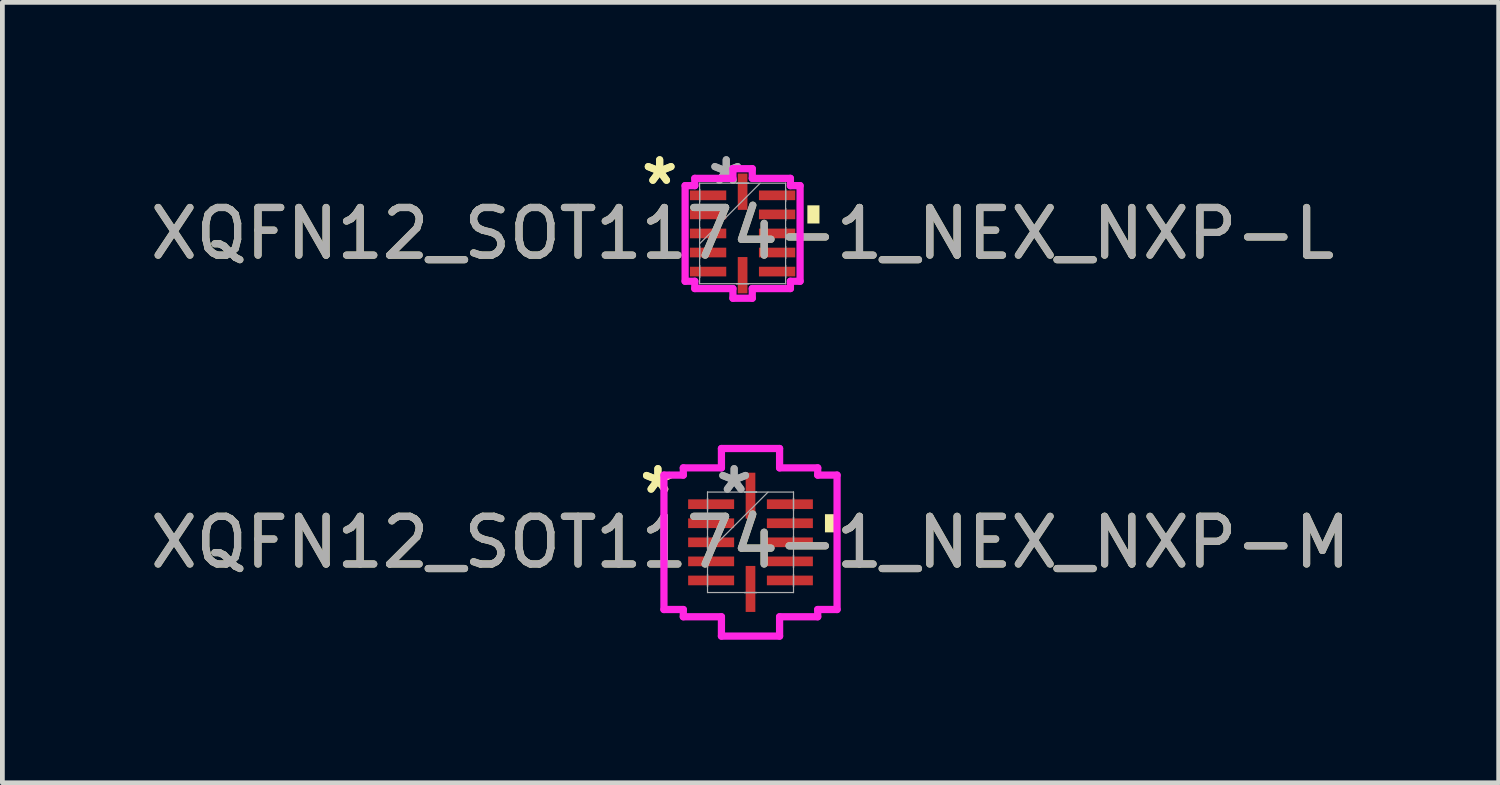
<source format=kicad_pcb>
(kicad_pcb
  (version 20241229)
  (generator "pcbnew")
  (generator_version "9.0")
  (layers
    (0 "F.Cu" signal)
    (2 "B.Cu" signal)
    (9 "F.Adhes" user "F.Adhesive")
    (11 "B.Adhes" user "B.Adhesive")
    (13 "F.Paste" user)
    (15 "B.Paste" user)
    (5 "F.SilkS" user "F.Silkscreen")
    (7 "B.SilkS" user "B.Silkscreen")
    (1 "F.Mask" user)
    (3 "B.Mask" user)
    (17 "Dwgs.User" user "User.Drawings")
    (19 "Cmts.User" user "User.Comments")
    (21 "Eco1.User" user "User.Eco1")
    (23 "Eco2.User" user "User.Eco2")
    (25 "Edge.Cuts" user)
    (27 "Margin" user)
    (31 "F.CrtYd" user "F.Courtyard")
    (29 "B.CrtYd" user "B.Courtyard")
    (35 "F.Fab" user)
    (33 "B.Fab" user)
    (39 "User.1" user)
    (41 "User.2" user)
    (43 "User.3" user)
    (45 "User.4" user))
  (footprint "XQFN12_SOT1174-1_NEX_NXP-L"
    (layer "F.Cu")
    (at 12.53 1.848)
    (property "Reference" "XQFN12_SOT1174-1_NEX_NXP-L" (at 0 0 0) (unlocked yes) (layer "F.SilkS") (effects (font (size 1 1) (thickness 0.15))))
    (attr smd)
    (fp_poly (pts (xy 1.613 -0.59) (xy 1.613 -0.209) (xy 1.359 -0.209) (xy 1.359 -0.59)) (stroke (width 0) (type solid)) (fill yes) (layer "F.SilkS"))
    (fp_line (start -1.206 -1.003) (end -1.003 -1.003) (stroke (width 0.152) (type solid)) (layer "F.CrtYd"))
    (fp_line (start -1.206 1.003) (end -1.206 -1.003) (stroke (width 0.152) (type solid)) (layer "F.CrtYd"))
    (fp_line (start -1.003 -1.156) (end -0.203 -1.156) (stroke (width 0.152) (type solid)) (layer "F.CrtYd"))
    (fp_line (start -1.003 -1.003) (end -1.003 -1.156) (stroke (width 0.152) (type solid)) (layer "F.CrtYd"))
    (fp_line (start -1.003 1.003) (end -1.206 1.003) (stroke (width 0.152) (type solid)) (layer "F.CrtYd"))
    (fp_line (start -1.003 1.156) (end -1.003 1.003) (stroke (width 0.152) (type solid)) (layer "F.CrtYd"))
    (fp_line (start -0.203 -1.359) (end 0.203 -1.359) (stroke (width 0.152) (type solid)) (layer "F.CrtYd"))
    (fp_line (start -0.203 -1.156) (end -0.203 -1.359) (stroke (width 0.152) (type solid)) (layer "F.CrtYd"))
    (fp_line (start -0.203 1.156) (end -1.003 1.156) (stroke (width 0.152) (type solid)) (layer "F.CrtYd"))
    (fp_line (start -0.203 1.359) (end -0.203 1.156) (stroke (width 0.152) (type solid)) (layer "F.CrtYd"))
    (fp_line (start 0.203 -1.359) (end 0.203 -1.156) (stroke (width 0.152) (type solid)) (layer "F.CrtYd"))
    (fp_line (start 0.203 -1.156) (end 1.003 -1.156) (stroke (width 0.152) (type solid)) (layer "F.CrtYd"))
    (fp_line (start 0.203 1.156) (end 0.203 1.359) (stroke (width 0.152) (type solid)) (layer "F.CrtYd"))
    (fp_line (start 0.203 1.359) (end -0.203 1.359) (stroke (width 0.152) (type solid)) (layer "F.CrtYd"))
    (fp_line (start 1.003 -1.156) (end 1.003 -1.003) (stroke (width 0.152) (type solid)) (layer "F.CrtYd"))
    (fp_line (start 1.003 -1.003) (end 1.206 -1.003) (stroke (width 0.152) (type solid)) (layer "F.CrtYd"))
    (fp_line (start 1.003 1.003) (end 1.003 1.156) (stroke (width 0.152) (type solid)) (layer "F.CrtYd"))
    (fp_line (start 1.003 1.156) (end 0.203 1.156) (stroke (width 0.152) (type solid)) (layer "F.CrtYd"))
    (fp_line (start 1.206 -1.003) (end 1.206 1.003) (stroke (width 0.152) (type solid)) (layer "F.CrtYd"))
    (fp_line (start 1.206 1.003) (end 1.003 1.003) (stroke (width 0.152) (type solid)) (layer "F.CrtYd"))
    (fp_line (start -0.902 -1.054) (end -0.902 -1.054) (stroke (width 0.025) (type solid)) (layer "F.Fab"))
    (fp_line (start -0.902 -1.054) (end -0.902 1.054) (stroke (width 0.025) (type solid)) (layer "F.Fab"))
    (fp_line (start -0.902 -0.927) (end -0.902 -0.927) (stroke (width 0.025) (type solid)) (layer "F.Fab"))
    (fp_line (start -0.902 -0.927) (end -0.902 -0.673) (stroke (width 0.025) (type solid)) (layer "F.Fab"))
    (fp_line (start -0.902 -0.673) (end -0.902 -0.927) (stroke (width 0.025) (type solid)) (layer "F.Fab"))
    (fp_line (start -0.902 -0.673) (end -0.902 -0.673) (stroke (width 0.025) (type solid)) (layer "F.Fab"))
    (fp_line (start -0.902 -0.527) (end -0.902 -0.527) (stroke (width 0.025) (type solid)) (layer "F.Fab"))
    (fp_line (start -0.902 -0.527) (end -0.902 -0.273) (stroke (width 0.025) (type solid)) (layer "F.Fab"))
    (fp_line (start -0.902 -0.273) (end -0.902 -0.527) (stroke (width 0.025) (type solid)) (layer "F.Fab"))
    (fp_line (start -0.902 -0.273) (end -0.902 -0.273) (stroke (width 0.025) (type solid)) (layer "F.Fab"))
    (fp_line (start -0.902 -0.127) (end -0.902 -0.127) (stroke (width 0.025) (type solid)) (layer "F.Fab"))
    (fp_line (start -0.902 -0.127) (end -0.902 0.127) (stroke (width 0.025) (type solid)) (layer "F.Fab"))
    (fp_line (start -0.902 0.127) (end -0.902 -0.127) (stroke (width 0.025) (type solid)) (layer "F.Fab"))
    (fp_line (start -0.902 0.127) (end -0.902 0.127) (stroke (width 0.025) (type solid)) (layer "F.Fab"))
    (fp_line (start -0.902 0.216) (end 0.368 -1.054) (stroke (width 0.025) (type solid)) (layer "F.Fab"))
    (fp_line (start -0.902 0.273) (end -0.902 0.273) (stroke (width 0.025) (type solid)) (layer "F.Fab"))
    (fp_line (start -0.902 0.273) (end -0.902 0.527) (stroke (width 0.025) (type solid)) (layer "F.Fab"))
    (fp_line (start -0.902 0.527) (end -0.902 0.273) (stroke (width 0.025) (type solid)) (layer "F.Fab"))
    (fp_line (start -0.902 0.527) (end -0.902 0.527) (stroke (width 0.025) (type solid)) (layer "F.Fab"))
    (fp_line (start -0.902 0.673) (end -0.902 0.673) (stroke (width 0.025) (type solid)) (layer "F.Fab"))
    (fp_line (start -0.902 0.673) (end -0.902 0.927) (stroke (width 0.025) (type solid)) (layer "F.Fab"))
    (fp_line (start -0.902 0.927) (end -0.902 0.673) (stroke (width 0.025) (type solid)) (layer "F.Fab"))
    (fp_line (start -0.902 0.927) (end -0.902 0.927) (stroke (width 0.025) (type solid)) (layer "F.Fab"))
    (fp_line (start -0.902 1.054) (end -0.902 1.054) (stroke (width 0.025) (type solid)) (layer "F.Fab"))
    (fp_line (start -0.902 1.054) (end 0.902 1.054) (stroke (width 0.025) (type solid)) (layer "F.Fab"))
    (fp_line (start -0.127 -1.054) (end -0.127 -1.054) (stroke (width 0.025) (type solid)) (layer "F.Fab"))
    (fp_line (start -0.127 -1.054) (end 0.127 -1.054) (stroke (width 0.025) (type solid)) (layer "F.Fab"))
    (fp_line (start -0.127 1.054) (end -0.127 1.054) (stroke (width 0.025) (type solid)) (layer "F.Fab"))
    (fp_line (start -0.127 1.054) (end 0.127 1.054) (stroke (width 0.025) (type solid)) (layer "F.Fab"))
    (fp_line (start 0.127 -1.054) (end -0.127 -1.054) (stroke (width 0.025) (type solid)) (layer "F.Fab"))
    (fp_line (start 0.127 -1.054) (end 0.127 -1.054) (stroke (width 0.025) (type solid)) (layer "F.Fab"))
    (fp_line (start 0.127 1.054) (end -0.127 1.054) (stroke (width 0.025) (type solid)) (layer "F.Fab"))
    (fp_line (start 0.127 1.054) (end 0.127 1.054) (stroke (width 0.025) (type solid)) (layer "F.Fab"))
    (fp_line (start 0.902 -1.054) (end -0.902 -1.054) (stroke (width 0.025) (type solid)) (layer "F.Fab"))
    (fp_line (start 0.902 -1.054) (end 0.902 -1.054) (stroke (width 0.025) (type solid)) (layer "F.Fab"))
    (fp_line (start 0.902 -0.927) (end 0.902 -0.927) (stroke (width 0.025) (type solid)) (layer "F.Fab"))
    (fp_line (start 0.902 -0.927) (end 0.902 -0.673) (stroke (width 0.025) (type solid)) (layer "F.Fab"))
    (fp_line (start 0.902 -0.673) (end 0.902 -0.927) (stroke (width 0.025) (type solid)) (layer "F.Fab"))
    (fp_line (start 0.902 -0.673) (end 0.902 -0.673) (stroke (width 0.025) (type solid)) (layer "F.Fab"))
    (fp_line (start 0.902 -0.527) (end 0.902 -0.527) (stroke (width 0.025) (type solid)) (layer "F.Fab"))
    (fp_line (start 0.902 -0.527) (end 0.902 -0.273) (stroke (width 0.025) (type solid)) (layer "F.Fab"))
    (fp_line (start 0.902 -0.273) (end 0.902 -0.527) (stroke (width 0.025) (type solid)) (layer "F.Fab"))
    (fp_line (start 0.902 -0.273) (end 0.902 -0.273) (stroke (width 0.025) (type solid)) (layer "F.Fab"))
    (fp_line (start 0.902 -0.127) (end 0.902 -0.127) (stroke (width 0.025) (type solid)) (layer "F.Fab"))
    (fp_line (start 0.902 -0.127) (end 0.902 0.127) (stroke (width 0.025) (type solid)) (layer "F.Fab"))
    (fp_line (start 0.902 0.127) (end 0.902 -0.127) (stroke (width 0.025) (type solid)) (layer "F.Fab"))
    (fp_line (start 0.902 0.127) (end 0.902 0.127) (stroke (width 0.025) (type solid)) (layer "F.Fab"))
    (fp_line (start 0.902 0.273) (end 0.902 0.273) (stroke (width 0.025) (type solid)) (layer "F.Fab"))
    (fp_line (start 0.902 0.273) (end 0.902 0.527) (stroke (width 0.025) (type solid)) (layer "F.Fab"))
    (fp_line (start 0.902 0.527) (end 0.902 0.273) (stroke (width 0.025) (type solid)) (layer "F.Fab"))
    (fp_line (start 0.902 0.527) (end 0.902 0.527) (stroke (width 0.025) (type solid)) (layer "F.Fab"))
    (fp_line (start 0.902 0.673) (end 0.902 0.673) (stroke (width 0.025) (type solid)) (layer "F.Fab"))
    (fp_line (start 0.902 0.673) (end 0.902 0.927) (stroke (width 0.025) (type solid)) (layer "F.Fab"))
    (fp_line (start 0.902 0.927) (end 0.902 0.673) (stroke (width 0.025) (type solid)) (layer "F.Fab"))
    (fp_line (start 0.902 0.927) (end 0.902 0.927) (stroke (width 0.025) (type solid)) (layer "F.Fab"))
    (fp_line (start 0.902 1.054) (end 0.902 -1.054) (stroke (width 0.025) (type solid)) (layer "F.Fab"))
    (fp_line (start 0.902 1.054) (end 0.902 1.054) (stroke (width 0.025) (type solid)) (layer "F.Fab"))
    (fp_text user "*" (at -1.74 -1 0) (unlocked yes) (layer "F.SilkS") (effects (font (size 1 1) (thickness 0.15))))
    (fp_text user "*" (at -1.74 -1 0) (layer "F.SilkS") (effects (font (size 1 1) (thickness 0.15))))
    (fp_text user "*" (at -0.343 -1 0) (unlocked yes) (layer "F.Fab") (effects (font (size 1 1) (thickness 0.15))))
    (fp_text user "${REFERENCE}" (at 0 0 0) (unlocked yes) (layer "F.Fab") (effects (font (size 1 1) (thickness 0.15))))
    (fp_text user "*" (at -0.343 -1 0) (layer "F.Fab") (effects (font (size 1 1) (thickness 0.15))))
    (pad "1" smd rect (at -0.724 -0.8 90) (size 0.203 0.762) (layers "F.Cu" "F.Mask" "F.Paste"))
    (pad "2" smd rect (at -0.724 -0.4 90) (size 0.203 0.762) (layers "F.Cu" "F.Mask" "F.Paste"))
    (pad "3" smd rect (at -0.724 0 90) (size 0.203 0.762) (layers "F.Cu" "F.Mask" "F.Paste"))
    (pad "4" smd rect (at -0.724 0.4 90) (size 0.203 0.762) (layers "F.Cu" "F.Mask" "F.Paste"))
    (pad "5" smd rect (at -0.724 0.8 90) (size 0.203 0.762) (layers "F.Cu" "F.Mask" "F.Paste"))
    (pad "6" smd rect (at 0 0.876) (size 0.203 0.762) (layers "F.Cu" "F.Mask" "F.Paste"))
    (pad "7" smd rect (at 0.724 0.8 90) (size 0.203 0.762) (layers "F.Cu" "F.Mask" "F.Paste"))
    (pad "8" smd rect (at 0.724 0.4 90) (size 0.203 0.762) (layers "F.Cu" "F.Mask" "F.Paste"))
    (pad "9" smd rect (at 0.724 0 90) (size 0.203 0.762) (layers "F.Cu" "F.Mask" "F.Paste"))
    (pad "10" smd rect (at 0.724 -0.4 90) (size 0.203 0.762) (layers "F.Cu" "F.Mask" "F.Paste"))
    (pad "11" smd rect (at 0.724 -0.8 90) (size 0.203 0.762) (layers "F.Cu" "F.Mask" "F.Paste"))
    (pad "12" smd rect (at 0 -0.876) (size 0.203 0.762) (layers "F.Cu" "F.Mask" "F.Paste")))
  (footprint "XQFN12_SOT1174-1_NEX_NXP-M"
    (layer "F.Cu")
    (at 12.696 8.328)
    (property "Reference" "XQFN12_SOT1174-1_NEX_NXP-M" (at 0 0 0) (unlocked yes) (layer "F.SilkS") (effects (font (size 1 1) (thickness 0.15))))
    (attr smd)
    (fp_poly (pts (xy 1.816 -0.59) (xy 1.816 -0.209) (xy 1.562 -0.209) (xy 1.562 -0.59)) (stroke (width 0) (type solid)) (fill yes) (layer "F.SilkS"))
    (fp_line (start -1.816 -1.41) (end -1.41 -1.41) (stroke (width 0.152) (type solid)) (layer "F.CrtYd"))
    (fp_line (start -1.816 1.41) (end -1.816 -1.41) (stroke (width 0.152) (type solid)) (layer "F.CrtYd"))
    (fp_line (start -1.41 -1.562) (end -0.61 -1.562) (stroke (width 0.152) (type solid)) (layer "F.CrtYd"))
    (fp_line (start -1.41 -1.41) (end -1.41 -1.562) (stroke (width 0.152) (type solid)) (layer "F.CrtYd"))
    (fp_line (start -1.41 1.41) (end -1.816 1.41) (stroke (width 0.152) (type solid)) (layer "F.CrtYd"))
    (fp_line (start -1.41 1.562) (end -1.41 1.41) (stroke (width 0.152) (type solid)) (layer "F.CrtYd"))
    (fp_line (start -0.61 -1.968) (end 0.61 -1.968) (stroke (width 0.152) (type solid)) (layer "F.CrtYd"))
    (fp_line (start -0.61 -1.562) (end -0.61 -1.968) (stroke (width 0.152) (type solid)) (layer "F.CrtYd"))
    (fp_line (start -0.61 1.562) (end -1.41 1.562) (stroke (width 0.152) (type solid)) (layer "F.CrtYd"))
    (fp_line (start -0.61 1.968) (end -0.61 1.562) (stroke (width 0.152) (type solid)) (layer "F.CrtYd"))
    (fp_line (start 0.61 -1.968) (end 0.61 -1.562) (stroke (width 0.152) (type solid)) (layer "F.CrtYd"))
    (fp_line (start 0.61 -1.562) (end 1.41 -1.562) (stroke (width 0.152) (type solid)) (layer "F.CrtYd"))
    (fp_line (start 0.61 1.562) (end 0.61 1.968) (stroke (width 0.152) (type solid)) (layer "F.CrtYd"))
    (fp_line (start 0.61 1.968) (end -0.61 1.968) (stroke (width 0.152) (type solid)) (layer "F.CrtYd"))
    (fp_line (start 1.41 -1.562) (end 1.41 -1.41) (stroke (width 0.152) (type solid)) (layer "F.CrtYd"))
    (fp_line (start 1.41 -1.41) (end 1.816 -1.41) (stroke (width 0.152) (type solid)) (layer "F.CrtYd"))
    (fp_line (start 1.41 1.41) (end 1.41 1.562) (stroke (width 0.152) (type solid)) (layer "F.CrtYd"))
    (fp_line (start 1.41 1.562) (end 0.61 1.562) (stroke (width 0.152) (type solid)) (layer "F.CrtYd"))
    (fp_line (start 1.816 -1.41) (end 1.816 1.41) (stroke (width 0.152) (type solid)) (layer "F.CrtYd"))
    (fp_line (start 1.816 1.41) (end 1.41 1.41) (stroke (width 0.152) (type solid)) (layer "F.CrtYd"))
    (fp_line (start -0.902 -1.054) (end -0.902 -1.054) (stroke (width 0.025) (type solid)) (layer "F.Fab"))
    (fp_line (start -0.902 -1.054) (end -0.902 1.054) (stroke (width 0.025) (type solid)) (layer "F.Fab"))
    (fp_line (start -0.902 -0.927) (end -0.902 -0.927) (stroke (width 0.025) (type solid)) (layer "F.Fab"))
    (fp_line (start -0.902 -0.927) (end -0.902 -0.673) (stroke (width 0.025) (type solid)) (layer "F.Fab"))
    (fp_line (start -0.902 -0.673) (end -0.902 -0.927) (stroke (width 0.025) (type solid)) (layer "F.Fab"))
    (fp_line (start -0.902 -0.673) (end -0.902 -0.673) (stroke (width 0.025) (type solid)) (layer "F.Fab"))
    (fp_line (start -0.902 -0.527) (end -0.902 -0.527) (stroke (width 0.025) (type solid)) (layer "F.Fab"))
    (fp_line (start -0.902 -0.527) (end -0.902 -0.273) (stroke (width 0.025) (type solid)) (layer "F.Fab"))
    (fp_line (start -0.902 -0.273) (end -0.902 -0.527) (stroke (width 0.025) (type solid)) (layer "F.Fab"))
    (fp_line (start -0.902 -0.273) (end -0.902 -0.273) (stroke (width 0.025) (type solid)) (layer "F.Fab"))
    (fp_line (start -0.902 -0.127) (end -0.902 -0.127) (stroke (width 0.025) (type solid)) (layer "F.Fab"))
    (fp_line (start -0.902 -0.127) (end -0.902 0.127) (stroke (width 0.025) (type solid)) (layer "F.Fab"))
    (fp_line (start -0.902 0.127) (end -0.902 -0.127) (stroke (width 0.025) (type solid)) (layer "F.Fab"))
    (fp_line (start -0.902 0.127) (end -0.902 0.127) (stroke (width 0.025) (type solid)) (layer "F.Fab"))
    (fp_line (start -0.902 0.216) (end 0.368 -1.054) (stroke (width 0.025) (type solid)) (layer "F.Fab"))
    (fp_line (start -0.902 0.273) (end -0.902 0.273) (stroke (width 0.025) (type solid)) (layer "F.Fab"))
    (fp_line (start -0.902 0.273) (end -0.902 0.527) (stroke (width 0.025) (type solid)) (layer "F.Fab"))
    (fp_line (start -0.902 0.527) (end -0.902 0.273) (stroke (width 0.025) (type solid)) (layer "F.Fab"))
    (fp_line (start -0.902 0.527) (end -0.902 0.527) (stroke (width 0.025) (type solid)) (layer "F.Fab"))
    (fp_line (start -0.902 0.673) (end -0.902 0.673) (stroke (width 0.025) (type solid)) (layer "F.Fab"))
    (fp_line (start -0.902 0.673) (end -0.902 0.927) (stroke (width 0.025) (type solid)) (layer "F.Fab"))
    (fp_line (start -0.902 0.927) (end -0.902 0.673) (stroke (width 0.025) (type solid)) (layer "F.Fab"))
    (fp_line (start -0.902 0.927) (end -0.902 0.927) (stroke (width 0.025) (type solid)) (layer "F.Fab"))
    (fp_line (start -0.902 1.054) (end -0.902 1.054) (stroke (width 0.025) (type solid)) (layer "F.Fab"))
    (fp_line (start -0.902 1.054) (end 0.902 1.054) (stroke (width 0.025) (type solid)) (layer "F.Fab"))
    (fp_line (start -0.127 -1.054) (end -0.127 -1.054) (stroke (width 0.025) (type solid)) (layer "F.Fab"))
    (fp_line (start -0.127 -1.054) (end 0.127 -1.054) (stroke (width 0.025) (type solid)) (layer "F.Fab"))
    (fp_line (start -0.127 1.054) (end -0.127 1.054) (stroke (width 0.025) (type solid)) (layer "F.Fab"))
    (fp_line (start -0.127 1.054) (end 0.127 1.054) (stroke (width 0.025) (type solid)) (layer "F.Fab"))
    (fp_line (start 0.127 -1.054) (end -0.127 -1.054) (stroke (width 0.025) (type solid)) (layer "F.Fab"))
    (fp_line (start 0.127 -1.054) (end 0.127 -1.054) (stroke (width 0.025) (type solid)) (layer "F.Fab"))
    (fp_line (start 0.127 1.054) (end -0.127 1.054) (stroke (width 0.025) (type solid)) (layer "F.Fab"))
    (fp_line (start 0.127 1.054) (end 0.127 1.054) (stroke (width 0.025) (type solid)) (layer "F.Fab"))
    (fp_line (start 0.902 -1.054) (end -0.902 -1.054) (stroke (width 0.025) (type solid)) (layer "F.Fab"))
    (fp_line (start 0.902 -1.054) (end 0.902 -1.054) (stroke (width 0.025) (type solid)) (layer "F.Fab"))
    (fp_line (start 0.902 -0.927) (end 0.902 -0.927) (stroke (width 0.025) (type solid)) (layer "F.Fab"))
    (fp_line (start 0.902 -0.927) (end 0.902 -0.673) (stroke (width 0.025) (type solid)) (layer "F.Fab"))
    (fp_line (start 0.902 -0.673) (end 0.902 -0.927) (stroke (width 0.025) (type solid)) (layer "F.Fab"))
    (fp_line (start 0.902 -0.673) (end 0.902 -0.673) (stroke (width 0.025) (type solid)) (layer "F.Fab"))
    (fp_line (start 0.902 -0.527) (end 0.902 -0.527) (stroke (width 0.025) (type solid)) (layer "F.Fab"))
    (fp_line (start 0.902 -0.527) (end 0.902 -0.273) (stroke (width 0.025) (type solid)) (layer "F.Fab"))
    (fp_line (start 0.902 -0.273) (end 0.902 -0.527) (stroke (width 0.025) (type solid)) (layer "F.Fab"))
    (fp_line (start 0.902 -0.273) (end 0.902 -0.273) (stroke (width 0.025) (type solid)) (layer "F.Fab"))
    (fp_line (start 0.902 -0.127) (end 0.902 -0.127) (stroke (width 0.025) (type solid)) (layer "F.Fab"))
    (fp_line (start 0.902 -0.127) (end 0.902 0.127) (stroke (width 0.025) (type solid)) (layer "F.Fab"))
    (fp_line (start 0.902 0.127) (end 0.902 -0.127) (stroke (width 0.025) (type solid)) (layer "F.Fab"))
    (fp_line (start 0.902 0.127) (end 0.902 0.127) (stroke (width 0.025) (type solid)) (layer "F.Fab"))
    (fp_line (start 0.902 0.273) (end 0.902 0.273) (stroke (width 0.025) (type solid)) (layer "F.Fab"))
    (fp_line (start 0.902 0.273) (end 0.902 0.527) (stroke (width 0.025) (type solid)) (layer "F.Fab"))
    (fp_line (start 0.902 0.527) (end 0.902 0.273) (stroke (width 0.025) (type solid)) (layer "F.Fab"))
    (fp_line (start 0.902 0.527) (end 0.902 0.527) (stroke (width 0.025) (type solid)) (layer "F.Fab"))
    (fp_line (start 0.902 0.673) (end 0.902 0.673) (stroke (width 0.025) (type solid)) (layer "F.Fab"))
    (fp_line (start 0.902 0.673) (end 0.902 0.927) (stroke (width 0.025) (type solid)) (layer "F.Fab"))
    (fp_line (start 0.902 0.927) (end 0.902 0.673) (stroke (width 0.025) (type solid)) (layer "F.Fab"))
    (fp_line (start 0.902 0.927) (end 0.902 0.927) (stroke (width 0.025) (type solid)) (layer "F.Fab"))
    (fp_line (start 0.902 1.054) (end 0.902 -1.054) (stroke (width 0.025) (type solid)) (layer "F.Fab"))
    (fp_line (start 0.902 1.054) (end 0.902 1.054) (stroke (width 0.025) (type solid)) (layer "F.Fab"))
    (fp_text user "*" (at -1.943 -1 0) (unlocked yes) (layer "F.SilkS") (effects (font (size 1 1) (thickness 0.15))))
    (fp_text user "*" (at -1.943 -1 0) (layer "F.SilkS") (effects (font (size 1 1) (thickness 0.15))))
    (fp_text user "*" (at -0.343 -1 0) (layer "F.Fab") (effects (font (size 1 1) (thickness 0.15))))
    (fp_text user "*" (at -0.343 -1 0) (unlocked yes) (layer "F.Fab") (effects (font (size 1 1) (thickness 0.15))))
    (fp_text user "${REFERENCE}" (at 0 0 0) (unlocked yes) (layer "F.Fab") (effects (font (size 1 1) (thickness 0.15))))
    (pad "1" smd rect (at -0.826 -0.8 90) (size 0.203 0.965) (layers "F.Cu" "F.Mask" "F.Paste"))
    (pad "2" smd rect (at -0.826 -0.4 90) (size 0.203 0.965) (layers "F.Cu" "F.Mask" "F.Paste"))
    (pad "3" smd rect (at -0.826 0 90) (size 0.203 0.965) (layers "F.Cu" "F.Mask" "F.Paste"))
    (pad "4" smd rect (at -0.826 0.4 90) (size 0.203 0.965) (layers "F.Cu" "F.Mask" "F.Paste"))
    (pad "5" smd rect (at -0.826 0.8 90) (size 0.203 0.965) (layers "F.Cu" "F.Mask" "F.Paste"))
    (pad "6" smd rect (at 0 0.978) (size 0.203 0.965) (layers "F.Cu" "F.Mask" "F.Paste"))
    (pad "7" smd rect (at 0.826 0.8 90) (size 0.203 0.965) (layers "F.Cu" "F.Mask" "F.Paste"))
    (pad "8" smd rect (at 0.826 0.4 90) (size 0.203 0.965) (layers "F.Cu" "F.Mask" "F.Paste"))
    (pad "9" smd rect (at 0.826 0 90) (size 0.203 0.965) (layers "F.Cu" "F.Mask" "F.Paste"))
    (pad "10" smd rect (at 0.826 -0.4 90) (size 0.203 0.965) (layers "F.Cu" "F.Mask" "F.Paste"))
    (pad "11" smd rect (at 0.826 -0.8 90) (size 0.203 0.965) (layers "F.Cu" "F.Mask" "F.Paste"))
    (pad "12" smd rect (at 0 -0.978) (size 0.203 0.965) (layers "F.Cu" "F.Mask" "F.Paste")))
  (gr_rect
    (start -3 -3)
    (end 28.393 13.373)
    (stroke (width 0.1) (type default))
    (fill no)
    (layer "Edge.Cuts")))
</source>
